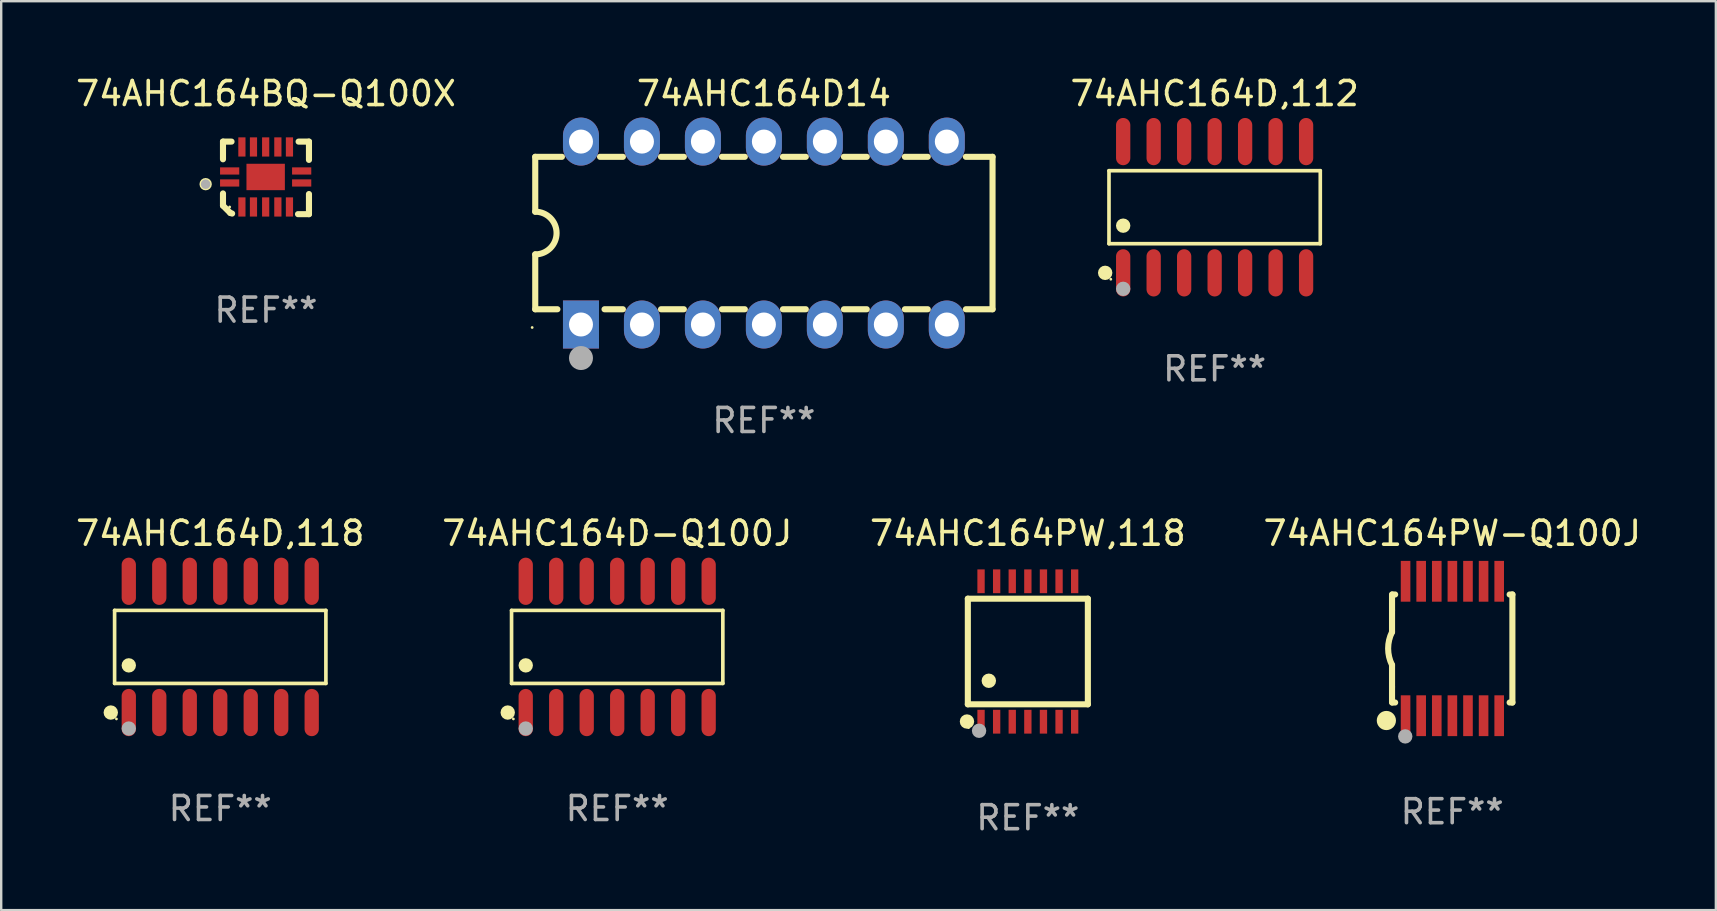
<source format=kicad_pcb>
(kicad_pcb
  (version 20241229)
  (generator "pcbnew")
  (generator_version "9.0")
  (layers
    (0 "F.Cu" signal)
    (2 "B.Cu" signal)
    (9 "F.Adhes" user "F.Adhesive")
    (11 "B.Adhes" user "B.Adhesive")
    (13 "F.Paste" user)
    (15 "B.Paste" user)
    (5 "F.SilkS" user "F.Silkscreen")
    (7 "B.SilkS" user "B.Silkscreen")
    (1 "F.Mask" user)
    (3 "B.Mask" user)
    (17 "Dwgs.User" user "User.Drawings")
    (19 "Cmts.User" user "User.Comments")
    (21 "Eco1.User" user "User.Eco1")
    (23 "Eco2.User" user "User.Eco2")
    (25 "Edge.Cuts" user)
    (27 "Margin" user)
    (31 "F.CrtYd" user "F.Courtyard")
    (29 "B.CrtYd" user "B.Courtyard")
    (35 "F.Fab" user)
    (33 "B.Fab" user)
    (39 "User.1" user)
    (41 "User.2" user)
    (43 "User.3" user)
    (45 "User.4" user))
  (footprint "74AHC164PW,118"
    (layer "F.Cu")
    (at 39.768 24.09)
    (property "Reference" "74AHC164PW,118" (at 0 -4.925 0) (layer "F.SilkS") (effects (font (size 1 1) (thickness 0.15))))
    (attr through_hole)
    (fp_line (start -2.5 2.2) (end -2.5 -2.2) (stroke (width 0.254) (type solid)) (layer "F.SilkS"))
    (fp_line (start -2.5 2.2) (end 2.5 2.2) (stroke (width 0.254) (type solid)) (layer "F.SilkS"))
    (fp_line (start 2.5 -2.2) (end -2.5 -2.2) (stroke (width 0.254) (type solid)) (layer "F.SilkS"))
    (fp_line (start 2.5 -2.2) (end 2.5 2.2) (stroke (width 0.254) (type solid)) (layer "F.SilkS"))
    (fp_circle (center -2.536 2.917) (end -2.386 2.917) (stroke (width 0.3) (type solid)) (fill no) (layer "F.SilkS"))
    (fp_circle (center -2.47 3.17) (end -2.44 3.17) (stroke (width 0.06) (type solid)) (fill no) (layer "F.SilkS"))
    (fp_circle (center -1.626 1.219) (end -1.475 1.219) (stroke (width 0.3) (type solid)) (fill no) (layer "F.SilkS"))
    (fp_circle (center -2.032 3.302) (end -1.882 3.302) (stroke (width 0.3) (type solid)) (fill no) (layer "F.Fab"))
    (fp_text user "REF**" (at 0 6.925 0) (layer "F.Fab") (effects (font (size 1 1) (thickness 0.15))))
    (pad "1" smd rect (at -1.95 2.925) (size 0.305 0.991) (layers "F.Cu" "F.Mask" "F.Paste"))
    (pad "2" smd rect (at -1.3 2.925) (size 0.305 0.991) (layers "F.Cu" "F.Mask" "F.Paste"))
    (pad "3" smd rect (at -0.65 2.925) (size 0.305 0.991) (layers "F.Cu" "F.Mask" "F.Paste"))
    (pad "4" smd rect (at 0 2.925) (size 0.305 0.991) (layers "F.Cu" "F.Mask" "F.Paste"))
    (pad "5" smd rect (at 0.65 2.925) (size 0.305 0.991) (layers "F.Cu" "F.Mask" "F.Paste"))
    (pad "6" smd rect (at 1.3 2.925) (size 0.305 0.991) (layers "F.Cu" "F.Mask" "F.Paste"))
    (pad "7" smd rect (at 1.95 2.925) (size 0.305 0.991) (layers "F.Cu" "F.Mask" "F.Paste"))
    (pad "8" smd rect (at 1.95 -2.925) (size 0.305 0.991) (layers "F.Cu" "F.Mask" "F.Paste"))
    (pad "9" smd rect (at 1.3 -2.925) (size 0.305 0.991) (layers "F.Cu" "F.Mask" "F.Paste"))
    (pad "10" smd rect (at 0.65 -2.925) (size 0.305 0.991) (layers "F.Cu" "F.Mask" "F.Paste"))
    (pad "11" smd rect (at 0 -2.925) (size 0.305 0.991) (layers "F.Cu" "F.Mask" "F.Paste"))
    (pad "12" smd rect (at -0.65 -2.925) (size 0.305 0.991) (layers "F.Cu" "F.Mask" "F.Paste"))
    (pad "13" smd rect (at -1.3 -2.925) (size 0.305 0.991) (layers "F.Cu" "F.Mask" "F.Paste"))
    (pad "14" smd rect (at -1.95 -2.925) (size 0.305 0.991) (layers "F.Cu" "F.Mask" "F.Paste")))
  (footprint "74AHC164D,118"
    (layer "F.Cu")
    (at 6.125 23.899)
    (property "Reference" "74AHC164D,118" (at 0 -4.734 0) (layer "F.SilkS") (effects (font (size 1 1) (thickness 0.15))))
    (attr through_hole)
    (fp_line (start -4.401 -1.521) (end 4.401 -1.521) (stroke (width 0.152) (type solid)) (layer "F.SilkS"))
    (fp_line (start -4.401 1.521) (end -4.401 -1.521) (stroke (width 0.152) (type solid)) (layer "F.SilkS"))
    (fp_line (start 4.401 -1.521) (end 4.401 1.521) (stroke (width 0.152) (type solid)) (layer "F.SilkS"))
    (fp_line (start 4.401 1.521) (end -4.401 1.521) (stroke (width 0.152) (type solid)) (layer "F.SilkS"))
    (fp_circle (center -4.56 2.734) (end -4.41 2.734) (stroke (width 0.3) (type solid)) (fill no) (layer "F.SilkS"))
    (fp_circle (center -4.325 3) (end -4.295 3) (stroke (width 0.06) (type solid)) (fill no) (layer "F.SilkS"))
    (fp_circle (center -3.81 0.769) (end -3.66 0.769) (stroke (width 0.3) (type solid)) (fill no) (layer "F.SilkS"))
    (fp_circle (center -3.81 3.4) (end -3.66 3.4) (stroke (width 0.3) (type solid)) (fill no) (layer "F.Fab"))
    (fp_text user "REF**" (at 0 6.734 0) (layer "F.Fab") (effects (font (size 1 1) (thickness 0.15))))
    (pad "1" smd oval (at -3.81 2.734) (size 0.595 1.968) (layers "F.Cu" "F.Mask" "F.Paste"))
    (pad "2" smd oval (at -2.54 2.734) (size 0.595 1.968) (layers "F.Cu" "F.Mask" "F.Paste"))
    (pad "3" smd oval (at -1.27 2.734) (size 0.595 1.968) (layers "F.Cu" "F.Mask" "F.Paste"))
    (pad "4" smd oval (at 0 2.734) (size 0.595 1.968) (layers "F.Cu" "F.Mask" "F.Paste"))
    (pad "5" smd oval (at 1.27 2.734) (size 0.595 1.968) (layers "F.Cu" "F.Mask" "F.Paste"))
    (pad "6" smd oval (at 2.54 2.734) (size 0.595 1.968) (layers "F.Cu" "F.Mask" "F.Paste"))
    (pad "7" smd oval (at 3.81 2.734) (size 0.595 1.968) (layers "F.Cu" "F.Mask" "F.Paste"))
    (pad "8" smd oval (at 3.81 -2.734) (size 0.595 1.968) (layers "F.Cu" "F.Mask" "F.Paste"))
    (pad "9" smd oval (at 2.54 -2.734) (size 0.595 1.968) (layers "F.Cu" "F.Mask" "F.Paste"))
    (pad "10" smd oval (at 1.27 -2.734) (size 0.595 1.968) (layers "F.Cu" "F.Mask" "F.Paste"))
    (pad "11" smd oval (at 0 -2.734) (size 0.595 1.968) (layers "F.Cu" "F.Mask" "F.Paste"))
    (pad "12" smd oval (at -1.27 -2.734) (size 0.595 1.968) (layers "F.Cu" "F.Mask" "F.Paste"))
    (pad "13" smd oval (at -2.54 -2.734) (size 0.595 1.968) (layers "F.Cu" "F.Mask" "F.Paste"))
    (pad "14" smd oval (at -3.81 -2.734) (size 0.595 1.968) (layers "F.Cu" "F.Mask" "F.Paste")))
  (footprint "74AHC164BQ-Q100X"
    (layer "F.Cu")
    (at 8.03 4.36)
    (property "Reference" "74AHC164BQ-Q100X" (at 0 -3.511 0) (layer "F.SilkS") (effects (font (size 1 1) (thickness 0.15))))
    (attr through_hole)
    (fp_line (start -1.791 -1.511) (end -1.435 -1.511) (stroke (width 0.254) (type solid)) (layer "F.SilkS"))
    (fp_line (start -1.791 -0.775) (end -1.791 -1.511) (stroke (width 0.254) (type solid)) (layer "F.SilkS"))
    (fp_line (start -1.791 1.156) (end -1.791 0.648) (stroke (width 0.254) (type solid)) (layer "F.SilkS"))
    (fp_line (start -1.486 1.461) (end -1.791 1.156) (stroke (width 0.254) (type solid)) (layer "F.SilkS"))
    (fp_line (start -1.41 1.486) (end -1.486 1.461) (stroke (width 0.254) (type solid)) (layer "F.SilkS"))
    (fp_line (start 1.334 1.511) (end 1.791 1.511) (stroke (width 0.254) (type solid)) (layer "F.SilkS"))
    (fp_line (start 1.791 -1.511) (end 1.359 -1.511) (stroke (width 0.254) (type solid)) (layer "F.SilkS"))
    (fp_line (start 1.791 -0.749) (end 1.791 -1.511) (stroke (width 0.254) (type solid)) (layer "F.SilkS"))
    (fp_line (start 1.791 1.511) (end 1.791 0.673) (stroke (width 0.254) (type solid)) (layer "F.SilkS"))
    (fp_circle (center -2.513 0.262) (end -2.383 0.262) (stroke (width 0.254) (type solid)) (fill no) (layer "F.SilkS"))
    (fp_circle (center -1.513 1.212) (end -1.483 1.212) (stroke (width 0.06) (type solid)) (fill no) (layer "F.SilkS"))
    (fp_circle (center -2.513 0.262) (end -2.413 0.262) (stroke (width 0.2) (type solid)) (fill no) (layer "F.Fab"))
    (fp_text user "REF**" (at 0 5.511 0) (layer "F.Fab") (effects (font (size 1 1) (thickness 0.15))))
    (pad "1" smd rect (at -1.513 0.212) (size 0.8 0.3) (layers "F.Cu" "F.Mask" "F.Paste"))
    (pad "2" smd rect (at -1.003 1.212) (size 0.3 0.8) (layers "F.Cu" "F.Mask" "F.Paste"))
    (pad "3" smd rect (at -0.521 1.212) (size 0.3 0.8) (layers "F.Cu" "F.Mask" "F.Paste"))
    (pad "4" smd rect (at -0.013 1.212) (size 0.3 0.8) (layers "F.Cu" "F.Mask" "F.Paste"))
    (pad "5" smd rect (at 0.495 1.212) (size 0.3 0.8) (layers "F.Cu" "F.Mask" "F.Paste"))
    (pad "6" smd rect (at 0.978 1.212) (size 0.3 0.8) (layers "F.Cu" "F.Mask" "F.Paste"))
    (pad "7" smd rect (at 1.487 0.212) (size 0.8 0.3) (layers "F.Cu" "F.Mask" "F.Paste"))
    (pad "8" smd rect (at 1.487 -0.288) (size 0.8 0.3) (layers "F.Cu" "F.Mask" "F.Paste"))
    (pad "9" smd rect (at 0.978 -1.288) (size 0.3 0.8) (layers "F.Cu" "F.Mask" "F.Paste"))
    (pad "10" smd rect (at 0.495 -1.288) (size 0.3 0.8) (layers "F.Cu" "F.Mask" "F.Paste"))
    (pad "11" smd rect (at -0.013 -1.288) (size 0.3 0.8) (layers "F.Cu" "F.Mask" "F.Paste"))
    (pad "12" smd rect (at -0.521 -1.288) (size 0.3 0.8) (layers "F.Cu" "F.Mask" "F.Paste"))
    (pad "13" smd rect (at -1.003 -1.288) (size 0.3 0.8) (layers "F.Cu" "F.Mask" "F.Paste"))
    (pad "14" smd rect (at -1.513 -0.288) (size 0.8 0.3) (layers "F.Cu" "F.Mask" "F.Paste"))
    (pad "15" smd rect (at -0.013 -0.038 90) (size 1.1 1.6) (layers "F.Cu" "F.Mask" "F.Paste")))
  (footprint "74AHC164D14"
    (layer "F.Cu")
    (at 28.772 6.658)
    (property "Reference" "74AHC164D14" (at 0 -5.81 0) (layer "F.SilkS") (effects (font (size 1 1) (thickness 0.15))))
    (attr through_hole)
    (fp_line (start -9.525 -3.175) (end -9.525 -0.889) (stroke (width 0.254) (type solid)) (layer "F.SilkS"))
    (fp_line (start -9.525 -3.175) (end -8.414 -3.175) (stroke (width 0.254) (type solid)) (layer "F.SilkS"))
    (fp_line (start -9.525 3.175) (end -9.525 0.889) (stroke (width 0.254) (type solid)) (layer "F.SilkS"))
    (fp_line (start -8.601 3.175) (end -9.525 3.175) (stroke (width 0.254) (type solid)) (layer "F.SilkS"))
    (fp_line (start -6.826 -3.175) (end -5.874 -3.175) (stroke (width 0.254) (type solid)) (layer "F.SilkS"))
    (fp_line (start -5.874 3.175) (end -6.639 3.175) (stroke (width 0.254) (type solid)) (layer "F.SilkS"))
    (fp_line (start -4.286 -3.175) (end -3.334 -3.175) (stroke (width 0.254) (type solid)) (layer "F.SilkS"))
    (fp_line (start -3.334 3.175) (end -4.286 3.175) (stroke (width 0.254) (type solid)) (layer "F.SilkS"))
    (fp_line (start -1.746 -3.175) (end -0.794 -3.175) (stroke (width 0.254) (type solid)) (layer "F.SilkS"))
    (fp_line (start -0.794 3.175) (end -1.746 3.175) (stroke (width 0.254) (type solid)) (layer "F.SilkS"))
    (fp_line (start 0.794 -3.175) (end 1.746 -3.175) (stroke (width 0.254) (type solid)) (layer "F.SilkS"))
    (fp_line (start 1.746 3.175) (end 0.794 3.175) (stroke (width 0.254) (type solid)) (layer "F.SilkS"))
    (fp_line (start 3.334 -3.175) (end 4.286 -3.175) (stroke (width 0.254) (type solid)) (layer "F.SilkS"))
    (fp_line (start 4.286 3.175) (end 3.334 3.175) (stroke (width 0.254) (type solid)) (layer "F.SilkS"))
    (fp_line (start 5.874 -3.175) (end 6.826 -3.175) (stroke (width 0.254) (type solid)) (layer "F.SilkS"))
    (fp_line (start 6.826 3.175) (end 5.874 3.175) (stroke (width 0.254) (type solid)) (layer "F.SilkS"))
    (fp_line (start 8.414 -3.175) (end 9.525 -3.175) (stroke (width 0.254) (type solid)) (layer "F.SilkS"))
    (fp_line (start 9.525 -3.175) (end 9.525 3.175) (stroke (width 0.254) (type solid)) (layer "F.SilkS"))
    (fp_line (start 9.525 3.175) (end 8.414 3.175) (stroke (width 0.254) (type solid)) (layer "F.SilkS"))
    (fp_arc (start -9.525019 -0.889002) (mid -8.636017 0) (end -9.525019 0.889002) (stroke (width 0.254001) (type solid)) (layer "F.SilkS"))
    (fp_circle (center -9.653 3.935) (end -9.623 3.935) (stroke (width 0.06) (type solid)) (fill no) (layer "F.SilkS"))
    (fp_circle (center -7.62 5.207) (end -7.37 5.207) (stroke (width 0.5) (type solid)) (fill no) (layer "F.Fab"))
    (fp_text user "REF**" (at 0 7.81 0) (layer "F.Fab") (effects (font (size 1 1) (thickness 0.15))))
    (pad "1" thru_hole rect (at -7.62 3.81) (size 1.5 2) (drill 1) (layers "*.Cu" "*.Mask"))
    (pad "2" thru_hole oval (at -5.08 3.81) (size 1.5 2) (drill 1) (layers "*.Cu" "*.Mask"))
    (pad "3" thru_hole oval (at -2.54 3.81) (size 1.5 2) (drill 1) (layers "*.Cu" "*.Mask"))
    (pad "4" thru_hole oval (at 0 3.81) (size 1.5 2) (drill 1) (layers "*.Cu" "*.Mask"))
    (pad "5" thru_hole oval (at 2.54 3.81) (size 1.5 2) (drill 1) (layers "*.Cu" "*.Mask"))
    (pad "6" thru_hole oval (at 5.08 3.81) (size 1.5 2) (drill 1) (layers "*.Cu" "*.Mask"))
    (pad "7" thru_hole oval (at 7.62 3.81) (size 1.5 2) (drill 1) (layers "*.Cu" "*.Mask"))
    (pad "8" thru_hole oval (at 7.62 -3.81) (size 1.5 2) (drill 1) (layers "*.Cu" "*.Mask"))
    (pad "9" thru_hole oval (at 5.08 -3.81) (size 1.5 2) (drill 1) (layers "*.Cu" "*.Mask"))
    (pad "10" thru_hole oval (at 2.54 -3.81) (size 1.5 2) (drill 1) (layers "*.Cu" "*.Mask"))
    (pad "11" thru_hole oval (at 0 -3.81) (size 1.5 2) (drill 1) (layers "*.Cu" "*.Mask"))
    (pad "12" thru_hole oval (at -2.54 -3.81) (size 1.5 2) (drill 1) (layers "*.Cu" "*.Mask"))
    (pad "13" thru_hole oval (at -5.08 -3.81) (size 1.5 2) (drill 1) (layers "*.Cu" "*.Mask"))
    (pad "14" thru_hole oval (at -7.62 -3.81) (size 1.5 2) (drill 1) (layers "*.Cu" "*.Mask")))
  (footprint "74AHC164D-Q100J"
    (layer "F.Cu")
    (at 22.661 23.899)
    (property "Reference" "74AHC164D-Q100J" (at 0 -4.734 0) (layer "F.SilkS") (effects (font (size 1 1) (thickness 0.15))))
    (attr through_hole)
    (fp_line (start -4.401 -1.521) (end 4.401 -1.521) (stroke (width 0.152) (type solid)) (layer "F.SilkS"))
    (fp_line (start -4.401 1.521) (end -4.401 -1.521) (stroke (width 0.152) (type solid)) (layer "F.SilkS"))
    (fp_line (start 4.401 -1.521) (end 4.401 1.521) (stroke (width 0.152) (type solid)) (layer "F.SilkS"))
    (fp_line (start 4.401 1.521) (end -4.401 1.521) (stroke (width 0.152) (type solid)) (layer "F.SilkS"))
    (fp_circle (center -4.56 2.734) (end -4.41 2.734) (stroke (width 0.3) (type solid)) (fill no) (layer "F.SilkS"))
    (fp_circle (center -4.325 3) (end -4.295 3) (stroke (width 0.06) (type solid)) (fill no) (layer "F.SilkS"))
    (fp_circle (center -3.81 0.769) (end -3.66 0.769) (stroke (width 0.3) (type solid)) (fill no) (layer "F.SilkS"))
    (fp_circle (center -3.81 3.4) (end -3.66 3.4) (stroke (width 0.3) (type solid)) (fill no) (layer "F.Fab"))
    (fp_text user "REF**" (at 0 6.734 0) (layer "F.Fab") (effects (font (size 1 1) (thickness 0.15))))
    (pad "1" smd oval (at -3.81 2.734) (size 0.595 1.968) (layers "F.Cu" "F.Mask" "F.Paste"))
    (pad "2" smd oval (at -2.54 2.734) (size 0.595 1.968) (layers "F.Cu" "F.Mask" "F.Paste"))
    (pad "3" smd oval (at -1.27 2.734) (size 0.595 1.968) (layers "F.Cu" "F.Mask" "F.Paste"))
    (pad "4" smd oval (at 0 2.734) (size 0.595 1.968) (layers "F.Cu" "F.Mask" "F.Paste"))
    (pad "5" smd oval (at 1.27 2.734) (size 0.595 1.968) (layers "F.Cu" "F.Mask" "F.Paste"))
    (pad "6" smd oval (at 2.54 2.734) (size 0.595 1.968) (layers "F.Cu" "F.Mask" "F.Paste"))
    (pad "7" smd oval (at 3.81 2.734) (size 0.595 1.968) (layers "F.Cu" "F.Mask" "F.Paste"))
    (pad "8" smd oval (at 3.81 -2.734) (size 0.595 1.968) (layers "F.Cu" "F.Mask" "F.Paste"))
    (pad "9" smd oval (at 2.54 -2.734) (size 0.595 1.968) (layers "F.Cu" "F.Mask" "F.Paste"))
    (pad "10" smd oval (at 1.27 -2.734) (size 0.595 1.968) (layers "F.Cu" "F.Mask" "F.Paste"))
    (pad "11" smd oval (at 0 -2.734) (size 0.595 1.968) (layers "F.Cu" "F.Mask" "F.Paste"))
    (pad "12" smd oval (at -1.27 -2.734) (size 0.595 1.968) (layers "F.Cu" "F.Mask" "F.Paste"))
    (pad "13" smd oval (at -2.54 -2.734) (size 0.595 1.968) (layers "F.Cu" "F.Mask" "F.Paste"))
    (pad "14" smd oval (at -3.81 -2.734) (size 0.595 1.968) (layers "F.Cu" "F.Mask" "F.Paste")))
  (footprint "74AHC164D,112"
    (layer "F.Cu")
    (at 47.549 5.582)
    (property "Reference" "74AHC164D,112" (at 0 -4.734 0) (layer "F.SilkS") (effects (font (size 1 1) (thickness 0.15))))
    (attr through_hole)
    (fp_line (start -4.401 -1.521) (end 4.401 -1.521) (stroke (width 0.152) (type solid)) (layer "F.SilkS"))
    (fp_line (start -4.401 1.521) (end -4.401 -1.521) (stroke (width 0.152) (type solid)) (layer "F.SilkS"))
    (fp_line (start 4.401 -1.521) (end 4.401 1.521) (stroke (width 0.152) (type solid)) (layer "F.SilkS"))
    (fp_line (start 4.401 1.521) (end -4.401 1.521) (stroke (width 0.152) (type solid)) (layer "F.SilkS"))
    (fp_circle (center -4.56 2.734) (end -4.41 2.734) (stroke (width 0.3) (type solid)) (fill no) (layer "F.SilkS"))
    (fp_circle (center -4.325 3) (end -4.295 3) (stroke (width 0.06) (type solid)) (fill no) (layer "F.SilkS"))
    (fp_circle (center -3.81 0.769) (end -3.66 0.769) (stroke (width 0.3) (type solid)) (fill no) (layer "F.SilkS"))
    (fp_circle (center -3.81 3.4) (end -3.66 3.4) (stroke (width 0.3) (type solid)) (fill no) (layer "F.Fab"))
    (fp_text user "REF**" (at 0 6.734 0) (layer "F.Fab") (effects (font (size 1 1) (thickness 0.15))))
    (pad "1" smd oval (at -3.81 2.734) (size 0.595 1.968) (layers "F.Cu" "F.Mask" "F.Paste"))
    (pad "2" smd oval (at -2.54 2.734) (size 0.595 1.968) (layers "F.Cu" "F.Mask" "F.Paste"))
    (pad "3" smd oval (at -1.27 2.734) (size 0.595 1.968) (layers "F.Cu" "F.Mask" "F.Paste"))
    (pad "4" smd oval (at 0 2.734) (size 0.595 1.968) (layers "F.Cu" "F.Mask" "F.Paste"))
    (pad "5" smd oval (at 1.27 2.734) (size 0.595 1.968) (layers "F.Cu" "F.Mask" "F.Paste"))
    (pad "6" smd oval (at 2.54 2.734) (size 0.595 1.968) (layers "F.Cu" "F.Mask" "F.Paste"))
    (pad "7" smd oval (at 3.81 2.734) (size 0.595 1.968) (layers "F.Cu" "F.Mask" "F.Paste"))
    (pad "8" smd oval (at 3.81 -2.734) (size 0.595 1.968) (layers "F.Cu" "F.Mask" "F.Paste"))
    (pad "9" smd oval (at 2.54 -2.734) (size 0.595 1.968) (layers "F.Cu" "F.Mask" "F.Paste"))
    (pad "10" smd oval (at 1.27 -2.734) (size 0.595 1.968) (layers "F.Cu" "F.Mask" "F.Paste"))
    (pad "11" smd oval (at 0 -2.734) (size 0.595 1.968) (layers "F.Cu" "F.Mask" "F.Paste"))
    (pad "12" smd oval (at -1.27 -2.734) (size 0.595 1.968) (layers "F.Cu" "F.Mask" "F.Paste"))
    (pad "13" smd oval (at -2.54 -2.734) (size 0.595 1.968) (layers "F.Cu" "F.Mask" "F.Paste"))
    (pad "14" smd oval (at -3.81 -2.734) (size 0.595 1.968) (layers "F.Cu" "F.Mask" "F.Paste")))
  (footprint "74AHC164PW-Q100J"
    (layer "F.Cu")
    (at 57.446 23.965)
    (property "Reference" "74AHC164PW-Q100J" (at 0 -4.8 0) (layer "F.SilkS") (effects (font (size 1 1) (thickness 0.15))))
    (attr through_hole)
    (fp_line (start -2.507 -1.6) (end -2.507 -2.25) (stroke (width 0.254) (type solid)) (layer "F.SilkS"))
    (fp_line (start -2.507 -0.686) (end -2.507 -1.6) (stroke (width 0.254) (type solid)) (layer "F.SilkS"))
    (fp_line (start -2.507 1.6) (end -2.507 0.686) (stroke (width 0.254) (type solid)) (layer "F.SilkS"))
    (fp_line (start -2.507 1.6) (end -2.507 2.25) (stroke (width 0.254) (type solid)) (layer "F.SilkS"))
    (fp_line (start -2.493 -2.25) (end -2.377 -2.25) (stroke (width 0.254) (type solid)) (layer "F.SilkS"))
    (fp_line (start -2.377 2.25) (end -2.493 2.25) (stroke (width 0.254) (type solid)) (layer "F.SilkS"))
    (fp_line (start 2.392 -2.25) (end 2.507 -2.25) (stroke (width 0.254) (type solid)) (layer "F.SilkS"))
    (fp_line (start 2.507 -2.25) (end 2.507 2.25) (stroke (width 0.254) (type solid)) (layer "F.SilkS"))
    (fp_line (start 2.507 2.25) (end 2.392 2.25) (stroke (width 0.254) (type solid)) (layer "F.SilkS"))
    (fp_arc (start -2.507303 0.685802) (mid -2.669199 0) (end -2.507303 -0.685801) (stroke (width 0.254001) (type solid)) (layer "F.SilkS"))
    (fp_circle (center -2.743 3) (end -2.543 3) (stroke (width 0.4) (type solid)) (fill no) (layer "F.SilkS"))
    (fp_circle (center -2.493 3.2) (end -2.463 3.2) (stroke (width 0.06) (type solid)) (fill no) (layer "F.SilkS"))
    (fp_circle (center -1.957 3.662) (end -1.807 3.662) (stroke (width 0.3) (type solid)) (fill no) (layer "F.Fab"))
    (fp_text user "REF**" (at 0 6.8 0) (layer "F.Fab") (effects (font (size 1 1) (thickness 0.15))))
    (pad "1" smd rect (at -1.943 2.8) (size 0.4 1.7) (layers "F.Cu" "F.Mask" "F.Paste"))
    (pad "2" smd rect (at -1.293 2.8) (size 0.4 1.7) (layers "F.Cu" "F.Mask" "F.Paste"))
    (pad "3" smd rect (at -0.643 2.8) (size 0.4 1.7) (layers "F.Cu" "F.Mask" "F.Paste"))
    (pad "4" smd rect (at 0.007 2.8) (size 0.4 1.7) (layers "F.Cu" "F.Mask" "F.Paste"))
    (pad "5" smd rect (at 0.657 2.8) (size 0.4 1.7) (layers "F.Cu" "F.Mask" "F.Paste"))
    (pad "6" smd rect (at 1.307 2.8) (size 0.4 1.7) (layers "F.Cu" "F.Mask" "F.Paste"))
    (pad "7" smd rect (at 1.957 2.8) (size 0.4 1.7) (layers "F.Cu" "F.Mask" "F.Paste"))
    (pad "8" smd rect (at 1.957 -2.8) (size 0.4 1.7) (layers "F.Cu" "F.Mask" "F.Paste"))
    (pad "9" smd rect (at 1.307 -2.8) (size 0.4 1.7) (layers "F.Cu" "F.Mask" "F.Paste"))
    (pad "10" smd rect (at 0.657 -2.8) (size 0.4 1.7) (layers "F.Cu" "F.Mask" "F.Paste"))
    (pad "11" smd rect (at 0.007 -2.8) (size 0.4 1.7) (layers "F.Cu" "F.Mask" "F.Paste"))
    (pad "12" smd rect (at -0.643 -2.8) (size 0.4 1.7) (layers "F.Cu" "F.Mask" "F.Paste"))
    (pad "13" smd rect (at -1.293 -2.8) (size 0.4 1.7) (layers "F.Cu" "F.Mask" "F.Paste"))
    (pad "14" smd rect (at -1.943 -2.8) (size 0.4 1.7) (layers "F.Cu" "F.Mask" "F.Paste")))
  (gr_rect
    (start -3 -3)
    (end 68.429 34.863)
    (stroke (width 0.1) (type default))
    (fill no)
    (layer "Edge.Cuts")))
</source>
